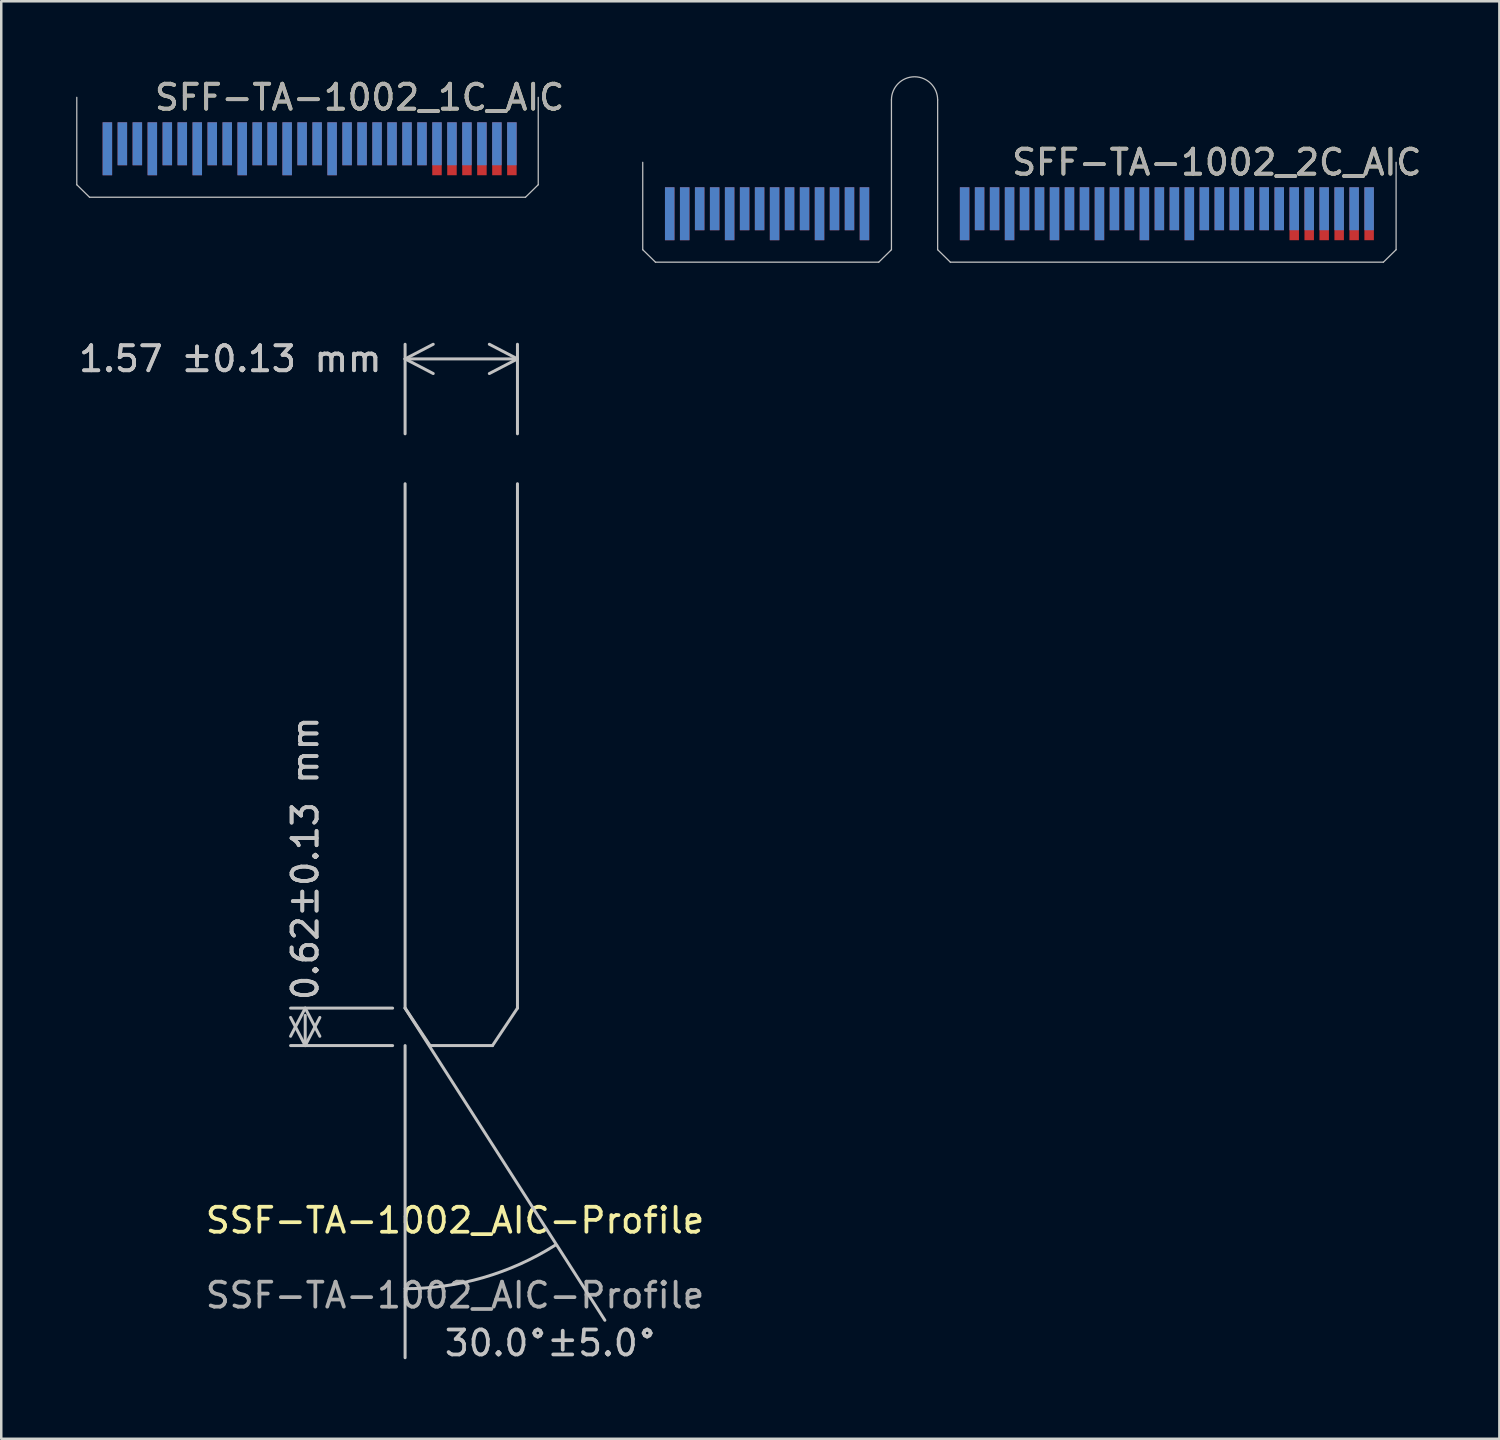
<source format=kicad_pcb>
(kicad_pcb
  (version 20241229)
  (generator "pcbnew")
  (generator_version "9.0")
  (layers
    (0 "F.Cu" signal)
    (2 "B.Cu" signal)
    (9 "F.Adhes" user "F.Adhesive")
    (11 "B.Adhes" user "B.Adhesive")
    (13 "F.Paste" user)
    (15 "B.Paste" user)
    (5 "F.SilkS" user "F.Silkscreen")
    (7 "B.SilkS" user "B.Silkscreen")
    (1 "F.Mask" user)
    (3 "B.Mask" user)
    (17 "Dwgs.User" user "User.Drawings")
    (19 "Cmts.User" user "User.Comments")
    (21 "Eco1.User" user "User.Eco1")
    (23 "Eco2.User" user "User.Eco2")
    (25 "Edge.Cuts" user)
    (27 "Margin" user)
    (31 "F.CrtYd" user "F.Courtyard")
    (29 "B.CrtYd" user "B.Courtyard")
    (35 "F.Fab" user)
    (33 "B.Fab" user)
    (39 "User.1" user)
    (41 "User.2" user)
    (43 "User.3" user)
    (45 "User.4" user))
  (footprint "SSF-TA-1002_AIC-Profile"
    (layer "F.Cu")
    (at 15.173 46.323)
    (property "Reference" "SSF-TA-1002_AIC-Profile" (at 0 -0.5 0) (unlocked yes) (layer "F.SilkS") (effects (font (size 1 1) (thickness 0.15))))
    (attr smd)
    (fp_line (start -2 -30) (end -2 -9) (stroke (width 0.12) (type default)) (layer "Dwgs.User"))
    (fp_line (start -2 -9) (end -1 -7.5) (stroke (width 0.12) (type default)) (layer "Dwgs.User"))
    (fp_line (start -2 -9) (end 6 3.5) (stroke (width 0.12) (type default)) (layer "Dwgs.User"))
    (fp_line (start -2 -7.5) (end -2 5) (stroke (width 0.12) (type default)) (layer "Dwgs.User"))
    (fp_line (start -1 -7.5) (end 1.5 -7.5) (stroke (width 0.12) (type default)) (layer "Dwgs.User"))
    (fp_line (start 1.5 -7.5) (end 2.5 -9) (stroke (width 0.12) (type default)) (layer "Dwgs.User"))
    (fp_line (start 2.5 -9) (end 2.5 -30) (stroke (width 0.12) (type default)) (layer "Dwgs.User"))
    (fp_arc (start 4 0.5) (mid 1.123061 1.793354) (end -2 2.236102) (stroke (width 0.12) (type default)) (layer "Dwgs.User"))
    (fp_text user "30.0°±5.0°" (at -0.5 5 0) (unlocked yes) (layer "Dwgs.User") (effects (font (size 1 1) (thickness 0.15)) (justify left bottom)))
    (fp_text user "${REFERENCE}" (at 0 2.5 0) (unlocked yes) (layer "F.Fab") (effects (font (size 1 1) (thickness 0.15))))
    (dimension (type orthogonal) (layer "Dwgs.User") (pts (xy 13.173 37.323) (xy 13.173 38.823)) (height -4) (orientation 1) (format (prefix "") (suffix "") (units 3) (units_format 1) (precision 4) (override_value "0.62±0.13")) (style (thickness 0.12) (arrow_length 1.27) (text_position_mode 2) (arrow_direction outward) (extension_height 0.586) (extension_offset 0.5) (keep_text_aligned yes)) (gr_text "0.62±0.13 mm" (at 9.173 31.323 90) (layer "Dwgs.User") (effects (font (size 1 1) (thickness 0.15)))))
    (dimension (type orthogonal) (layer "Dwgs.User") (pts (xy 13.173 14.823) (xy 17.673 14.823)) (height -3.5) (orientation 0) (format (prefix "") (suffix "") (units 3) (units_format 1) (precision 4) (override_value "1.57 ±0.13")) (style (thickness 0.12) (arrow_length 1.27) (text_position_mode 2) (arrow_direction outward) (extension_height 0.586) (extension_offset 0.5) (keep_text_aligned yes)) (gr_text "1.57 ±0.13 mm" (at 6.173 11.323 0) (layer "Dwgs.User") (effects (font (size 1 1) (thickness 0.15))))))
  (footprint "SFF-TA-1002_1C_AIC"
    (layer "F.Cu")
    (at 9.35 1.848)
    (property "Reference" "SFF-TA-1002_1C_AIC" (at 2 -1 0) (unlocked yes) (layer "F.SilkS") (effects (font (size 1 1) (thickness 0.15))))
    (attr smd)
    (fp_line (start -9.325 2.5) (end -9.325 -1) (stroke (width 0.05) (type solid)) (layer "Dwgs.User"))
    (fp_line (start -8.815 3) (end -9.325 2.5) (stroke (width 0.05) (type solid)) (layer "Dwgs.User"))
    (fp_line (start -8.815 3) (end 8.645 3) (stroke (width 0.05) (type solid)) (layer "Dwgs.User"))
    (fp_line (start 8.645 3) (end 9.155 2.5) (stroke (width 0.05) (type solid)) (layer "Dwgs.User"))
    (fp_line (start 9.155 2.5) (end 9.155 -1) (stroke (width 0.05) (type solid)) (layer "Dwgs.User"))
    (fp_text user "${REFERENCE}" (at 2 -1 0) (unlocked yes) (layer "F.Fab") (effects (font (size 1 1) (thickness 0.15))))
    (pad "A1" smd rect (at 8.1 1.06) (size 0.38 2.12) (layers "F.Cu" "F.Mask"))
    (pad "A2" smd rect (at 7.5 1.06) (size 0.38 2.12) (layers "F.Cu" "F.Mask"))
    (pad "A3" smd rect (at 6.9 1.06) (size 0.38 2.12) (layers "F.Cu" "F.Mask"))
    (pad "A4" smd rect (at 6.3 1.06) (size 0.38 2.12) (layers "F.Cu" "F.Mask"))
    (pad "A5" smd rect (at 5.7 1.06) (size 0.38 2.12) (layers "F.Cu" "F.Mask"))
    (pad "A6" smd rect (at 5.1 1.06) (size 0.38 2.12) (layers "F.Cu" "F.Mask"))
    (pad "A7" smd rect (at 4.5 1.06) (size 0.38 1.72) (drill (offset 0 -0.2)) (layers "F.Cu" "F.Mask"))
    (pad "A8" smd rect (at 3.9 1.06) (size 0.38 1.72) (drill (offset 0 -0.2)) (layers "F.Cu" "F.Mask"))
    (pad "A9" smd rect (at 3.3 1.06) (size 0.38 1.72) (drill (offset 0 -0.2)) (layers "F.Cu" "F.Mask"))
    (pad "A10" smd rect (at 2.7 1.06) (size 0.38 1.72) (drill (offset 0 -0.2)) (layers "F.Cu" "F.Mask"))
    (pad "A11" smd rect (at 2.1 1.06) (size 0.38 1.72) (drill (offset 0 -0.2)) (layers "F.Cu" "F.Mask"))
    (pad "A12" smd rect (at 1.5 1.06) (size 0.38 1.72) (drill (offset 0 -0.2)) (layers "F.Cu" "F.Mask"))
    (pad "A13" smd rect (at 0.9 1.06) (size 0.38 2.12) (layers "F.Cu" "F.Mask"))
    (pad "A14" smd rect (at 0.3 1.06) (size 0.38 1.72) (drill (offset 0 -0.2)) (layers "F.Cu" "F.Mask"))
    (pad "A15" smd rect (at -0.3 1.06) (size 0.38 1.72) (drill (offset 0 -0.2)) (layers "F.Cu" "F.Mask"))
    (pad "A16" smd rect (at -0.9 1.06) (size 0.38 2.12) (layers "F.Cu" "F.Mask"))
    (pad "A17" smd rect (at -1.5 1.06) (size 0.38 1.72) (drill (offset 0 -0.2)) (layers "F.Cu" "F.Mask"))
    (pad "A18" smd rect (at -2.1 1.06) (size 0.38 1.72) (drill (offset 0 -0.2)) (layers "F.Cu" "F.Mask"))
    (pad "A19" smd rect (at -2.7 1.06) (size 0.38 2.12) (layers "F.Cu" "F.Mask"))
    (pad "A20" smd rect (at -3.3 1.06) (size 0.38 1.72) (drill (offset 0 -0.2)) (layers "F.Cu" "F.Mask"))
    (pad "A21" smd rect (at -3.9 1.06) (size 0.38 1.72) (drill (offset 0 -0.2)) (layers "F.Cu" "F.Mask"))
    (pad "A22" smd rect (at -4.5 1.06) (size 0.38 2.12) (layers "F.Cu" "F.Mask"))
    (pad "A23" smd rect (at -5.1 1.06) (size 0.38 1.72) (drill (offset 0 -0.2)) (layers "F.Cu" "F.Mask"))
    (pad "A24" smd rect (at -5.7 1.06) (size 0.38 1.72) (drill (offset 0 -0.2)) (layers "F.Cu" "F.Mask"))
    (pad "A25" smd rect (at -6.3 1.06) (size 0.38 2.12) (layers "F.Cu" "F.Mask"))
    (pad "A26" smd rect (at -6.9 1.06) (size 0.38 1.72) (drill (offset 0 -0.2)) (layers "F.Cu" "F.Mask"))
    (pad "A27" smd rect (at -7.5 1.06) (size 0.38 1.72) (drill (offset 0 -0.2)) (layers "F.Cu" "F.Mask"))
    (pad "A28" smd rect (at -8.1 1.06) (size 0.38 2.12) (layers "F.Cu" "F.Mask"))
    (pad "B1" smd rect (at 8.1 1.06) (size 0.38 1.72) (drill (offset 0 -0.2)) (layers "B.Cu" "B.Mask"))
    (pad "B2" smd rect (at 7.5 1.06) (size 0.38 1.72) (drill (offset 0 -0.2)) (layers "B.Cu" "B.Mask"))
    (pad "B3" smd rect (at 6.9 1.06) (size 0.38 1.72) (drill (offset 0 -0.2)) (layers "B.Cu" "B.Mask"))
    (pad "B4" smd rect (at 6.3 1.06) (size 0.38 1.72) (drill (offset 0 -0.2)) (layers "B.Cu" "B.Mask"))
    (pad "B5" smd rect (at 5.7 1.06) (size 0.38 1.72) (drill (offset 0 -0.2)) (layers "B.Cu" "B.Mask"))
    (pad "B6" smd rect (at 5.1 1.06) (size 0.38 1.72) (drill (offset 0 -0.2)) (layers "B.Cu" "B.Mask"))
    (pad "B7" smd rect (at 4.5 1.06) (size 0.38 1.72) (drill (offset 0 -0.2)) (layers "B.Cu" "B.Mask"))
    (pad "B8" smd rect (at 3.9 1.06) (size 0.38 1.72) (drill (offset 0 -0.2)) (layers "B.Cu" "B.Mask"))
    (pad "B9" smd rect (at 3.3 1.06) (size 0.38 1.72) (drill (offset 0 -0.2)) (layers "B.Cu" "B.Mask"))
    (pad "B10" smd rect (at 2.7 1.06) (size 0.38 1.72) (drill (offset 0 -0.2)) (layers "B.Cu" "B.Mask"))
    (pad "B11" smd rect (at 2.1 1.06) (size 0.38 1.72) (drill (offset 0 -0.2)) (layers "B.Cu" "B.Mask"))
    (pad "B12" smd rect (at 1.5 1.06) (size 0.38 1.72) (drill (offset 0 -0.2)) (layers "B.Cu" "B.Mask"))
    (pad "B13" smd rect (at 0.9 1.06) (size 0.38 2.12) (layers "B.Cu" "B.Mask"))
    (pad "B14" smd rect (at 0.3 1.06) (size 0.38 1.72) (drill (offset 0 -0.2)) (layers "B.Cu" "B.Mask"))
    (pad "B15" smd rect (at -0.3 1.06) (size 0.38 1.72) (drill (offset 0 -0.2)) (layers "B.Cu" "B.Mask"))
    (pad "B16" smd rect (at -0.9 1.06) (size 0.38 2.12) (layers "B.Cu" "B.Mask"))
    (pad "B17" smd rect (at -1.5 1.06) (size 0.38 1.72) (drill (offset 0 -0.2)) (layers "B.Cu" "B.Mask"))
    (pad "B18" smd rect (at -2.1 1.06) (size 0.38 1.72) (drill (offset 0 -0.2)) (layers "B.Cu" "B.Mask"))
    (pad "B19" smd rect (at -2.7 1.06) (size 0.38 2.12) (layers "B.Cu" "B.Mask"))
    (pad "B20" smd rect (at -3.3 1.06) (size 0.38 1.72) (drill (offset 0 -0.2)) (layers "B.Cu" "B.Mask"))
    (pad "B21" smd rect (at -3.9 1.06) (size 0.38 1.72) (drill (offset 0 -0.2)) (layers "B.Cu" "B.Mask"))
    (pad "B22" smd rect (at -4.5 1.06) (size 0.38 2.12) (layers "B.Cu" "B.Mask"))
    (pad "B23" smd rect (at -5.1 1.06) (size 0.38 1.72) (drill (offset 0 -0.2)) (layers "B.Cu" "B.Mask"))
    (pad "B24" smd rect (at -5.7 1.06) (size 0.38 1.72) (drill (offset 0 -0.2)) (layers "B.Cu" "B.Mask"))
    (pad "B25" smd rect (at -6.3 1.06) (size 0.38 2.12) (layers "B.Cu" "B.Mask"))
    (pad "B26" smd rect (at -6.9 1.06) (size 0.38 1.72) (drill (offset 0 -0.2)) (layers "B.Cu" "B.Mask"))
    (pad "B27" smd rect (at -7.5 1.06) (size 0.38 1.72) (drill (offset 0 -0.2)) (layers "B.Cu" "B.Mask"))
    (pad "B28" smd rect (at -8.1 1.06) (size 0.38 2.12) (layers "B.Cu" "B.Mask")))
  (footprint "SFF-TA-1002_2C_AIC"
    (layer "F.Cu")
    (at 33.575 4.45)
    (property "Reference" "SFF-TA-1002_2C_AIC" (at 12.105 -1 0) (unlocked yes) (layer "F.SilkS") (effects (font (size 1 1) (thickness 0.15))))
    (attr smd)
    (fp_line (start -10.885 2.5) (end -10.885 -1) (stroke (width 0.05) (type solid)) (layer "Dwgs.User"))
    (fp_line (start -10.375 3) (end -10.885 2.5) (stroke (width 0.05) (type solid)) (layer "Dwgs.User"))
    (fp_line (start -10.375 3) (end -1.435 3) (stroke (width 0.05) (type solid)) (layer "Dwgs.User"))
    (fp_line (start -1.435 3) (end -0.925 2.5) (stroke (width 0.05) (type solid)) (layer "Dwgs.User"))
    (fp_line (start -0.925 2.5) (end -0.925 -3.5) (stroke (width 0.05) (type solid)) (layer "Dwgs.User"))
    (fp_line (start 0.925 2.5) (end 0.925 -3.5) (stroke (width 0.05) (type solid)) (layer "Dwgs.User"))
    (fp_line (start 1.435 3) (end 0.925 2.5) (stroke (width 0.05) (type solid)) (layer "Dwgs.User"))
    (fp_line (start 1.435 3) (end 18.775 3) (stroke (width 0.05) (type solid)) (layer "Dwgs.User"))
    (fp_line (start 18.775 3) (end 19.285 2.5) (stroke (width 0.05) (type solid)) (layer "Dwgs.User"))
    (fp_line (start 19.285 2.5) (end 19.285 -1) (stroke (width 0.05) (type solid)) (layer "Dwgs.User"))
    (fp_arc (start -0.925 -3.5) (mid 0 -4.425) (end 0.925 -3.5) (stroke (width 0.05) (type default)) (layer "Dwgs.User"))
    (fp_text user "${REFERENCE}" (at 12.105 -1 0) (unlocked yes) (layer "F.Fab") (effects (font (size 1 1) (thickness 0.15))))
    (pad "A1" smd rect (at 18.205 1.06) (size 0.38 2.12) (layers "F.Cu" "F.Mask"))
    (pad "A2" smd rect (at 17.605 1.06) (size 0.38 2.12) (layers "F.Cu" "F.Mask"))
    (pad "A3" smd rect (at 17.005 1.06) (size 0.38 2.12) (layers "F.Cu" "F.Mask"))
    (pad "A4" smd rect (at 16.405 1.06) (size 0.38 2.12) (layers "F.Cu" "F.Mask"))
    (pad "A5" smd rect (at 15.805 1.06) (size 0.38 2.12) (layers "F.Cu" "F.Mask"))
    (pad "A6" smd rect (at 15.205 1.06) (size 0.38 2.12) (layers "F.Cu" "F.Mask"))
    (pad "A7" smd rect (at 14.605 1.06) (size 0.38 1.72) (drill (offset 0 -0.2)) (layers "F.Cu" "F.Mask"))
    (pad "A8" smd rect (at 14.005 1.06) (size 0.38 1.72) (drill (offset 0 -0.2)) (layers "F.Cu" "F.Mask"))
    (pad "A9" smd rect (at 13.405 1.06) (size 0.38 1.72) (drill (offset 0 -0.2)) (layers "F.Cu" "F.Mask"))
    (pad "A10" smd rect (at 12.805 1.06) (size 0.38 1.72) (drill (offset 0 -0.2)) (layers "F.Cu" "F.Mask"))
    (pad "A11" smd rect (at 12.205 1.06) (size 0.38 1.72) (drill (offset 0 -0.2)) (layers "F.Cu" "F.Mask"))
    (pad "A12" smd rect (at 11.605 1.06) (size 0.38 1.72) (drill (offset 0 -0.2)) (layers "F.Cu" "F.Mask"))
    (pad "A13" smd rect (at 11.005 1.06) (size 0.38 2.12) (layers "F.Cu" "F.Mask"))
    (pad "A14" smd rect (at 10.405 1.06) (size 0.38 1.72) (drill (offset 0 -0.2)) (layers "F.Cu" "F.Mask"))
    (pad "A15" smd rect (at 9.805 1.06) (size 0.38 1.72) (drill (offset 0 -0.2)) (layers "F.Cu" "F.Mask"))
    (pad "A16" smd rect (at 9.205 1.06) (size 0.38 2.12) (layers "F.Cu" "F.Mask"))
    (pad "A17" smd rect (at 8.605 1.06) (size 0.38 1.72) (drill (offset 0 -0.2)) (layers "F.Cu" "F.Mask"))
    (pad "A18" smd rect (at 8.005 1.06) (size 0.38 1.72) (drill (offset 0 -0.2)) (layers "F.Cu" "F.Mask"))
    (pad "A19" smd rect (at 7.405 1.06) (size 0.38 2.12) (layers "F.Cu" "F.Mask"))
    (pad "A20" smd rect (at 6.805 1.06) (size 0.38 1.72) (drill (offset 0 -0.2)) (layers "F.Cu" "F.Mask"))
    (pad "A21" smd rect (at 6.205 1.06) (size 0.38 1.72) (drill (offset 0 -0.2)) (layers "F.Cu" "F.Mask"))
    (pad "A22" smd rect (at 5.605 1.06) (size 0.38 2.12) (layers "F.Cu" "F.Mask"))
    (pad "A23" smd rect (at 5.005 1.06) (size 0.38 1.72) (drill (offset 0 -0.2)) (layers "F.Cu" "F.Mask"))
    (pad "A24" smd rect (at 4.405 1.06) (size 0.38 1.72) (drill (offset 0 -0.2)) (layers "F.Cu" "F.Mask"))
    (pad "A25" smd rect (at 3.805 1.06) (size 0.38 2.12) (layers "F.Cu" "F.Mask"))
    (pad "A26" smd rect (at 3.205 1.06) (size 0.38 1.72) (drill (offset 0 -0.2)) (layers "F.Cu" "F.Mask"))
    (pad "A27" smd rect (at 2.605 1.06) (size 0.38 1.72) (drill (offset 0 -0.2)) (layers "F.Cu" "F.Mask"))
    (pad "A28" smd rect (at 2.005 1.06) (size 0.38 2.12) (layers "F.Cu" "F.Mask"))
    (pad "A29" smd rect (at -2.005 1.06) (size 0.38 2.12) (layers "F.Cu" "F.Mask"))
    (pad "A30" smd rect (at -2.605 1.06) (size 0.38 1.72) (drill (offset 0 -0.2)) (layers "F.Cu" "F.Mask"))
    (pad "A31" smd rect (at -3.205 1.06) (size 0.38 1.72) (drill (offset 0 -0.2)) (layers "F.Cu" "F.Mask"))
    (pad "A32" smd rect (at -3.805 1.06) (size 0.38 2.12) (layers "F.Cu" "F.Mask"))
    (pad "A33" smd rect (at -4.405 1.06) (size 0.38 1.72) (drill (offset 0 -0.2)) (layers "F.Cu" "F.Mask"))
    (pad "A34" smd rect (at -5.005 1.06) (size 0.38 1.72) (drill (offset 0 -0.2)) (layers "F.Cu" "F.Mask"))
    (pad "A35" smd rect (at -5.605 1.06) (size 0.38 2.12) (layers "F.Cu" "F.Mask"))
    (pad "A36" smd rect (at -6.205 1.06) (size 0.38 1.72) (drill (offset 0 -0.2)) (layers "F.Cu" "F.Mask"))
    (pad "A37" smd rect (at -6.805 1.06) (size 0.38 1.72) (drill (offset 0 -0.2)) (layers "F.Cu" "F.Mask"))
    (pad "A38" smd rect (at -7.405 1.06) (size 0.38 2.12) (layers "F.Cu" "F.Mask"))
    (pad "A39" smd rect (at -8.005 1.06) (size 0.38 1.72) (drill (offset 0 -0.2)) (layers "F.Cu" "F.Mask"))
    (pad "A40" smd rect (at -8.605 1.06) (size 0.38 1.72) (drill (offset 0 -0.2)) (layers "F.Cu" "F.Mask"))
    (pad "A41" smd rect (at -9.205 1.06) (size 0.38 2.12) (layers "F.Cu" "F.Mask"))
    (pad "A42" smd rect (at -9.805 1.06) (size 0.38 2.12) (layers "F.Cu" "F.Mask"))
    (pad "B1" smd rect (at 18.205 1.06) (size 0.38 1.72) (drill (offset 0 -0.2)) (layers "B.Cu" "B.Mask"))
    (pad "B2" smd rect (at 17.605 1.06) (size 0.38 1.72) (drill (offset 0 -0.2)) (layers "B.Cu" "B.Mask"))
    (pad "B3" smd rect (at 17.005 1.06) (size 0.38 1.72) (drill (offset 0 -0.2)) (layers "B.Cu" "B.Mask"))
    (pad "B4" smd rect (at 16.405 1.06) (size 0.38 1.72) (drill (offset 0 -0.2)) (layers "B.Cu" "B.Mask"))
    (pad "B5" smd rect (at 15.805 1.06) (size 0.38 1.72) (drill (offset 0 -0.2)) (layers "B.Cu" "B.Mask"))
    (pad "B6" smd rect (at 15.205 1.06) (size 0.38 1.72) (drill (offset 0 -0.2)) (layers "B.Cu" "B.Mask"))
    (pad "B7" smd rect (at 14.605 1.06) (size 0.38 1.72) (drill (offset 0 -0.2)) (layers "B.Cu" "B.Mask"))
    (pad "B8" smd rect (at 14.005 1.06) (size 0.38 1.72) (drill (offset 0 -0.2)) (layers "B.Cu" "B.Mask"))
    (pad "B9" smd rect (at 13.405 1.06) (size 0.38 1.72) (drill (offset 0 -0.2)) (layers "B.Cu" "B.Mask"))
    (pad "B10" smd rect (at 12.805 1.06) (size 0.38 1.72) (drill (offset 0 -0.2)) (layers "B.Cu" "B.Mask"))
    (pad "B11" smd rect (at 12.205 1.06) (size 0.38 1.72) (drill (offset 0 -0.2)) (layers "B.Cu" "B.Mask"))
    (pad "B12" smd rect (at 11.605 1.06) (size 0.38 1.72) (drill (offset 0 -0.2)) (layers "B.Cu" "B.Mask"))
    (pad "B13" smd rect (at 11.005 1.06) (size 0.38 2.12) (layers "B.Cu" "B.Mask"))
    (pad "B14" smd rect (at 10.405 1.06) (size 0.38 1.72) (drill (offset 0 -0.2)) (layers "B.Cu" "B.Mask"))
    (pad "B15" smd rect (at 9.805 1.06) (size 0.38 1.72) (drill (offset 0 -0.2)) (layers "B.Cu" "B.Mask"))
    (pad "B16" smd rect (at 9.205 1.06) (size 0.38 2.12) (layers "B.Cu" "B.Mask"))
    (pad "B17" smd rect (at 8.605 1.06) (size 0.38 1.72) (drill (offset 0 -0.2)) (layers "B.Cu" "B.Mask"))
    (pad "B18" smd rect (at 8.005 1.06) (size 0.38 1.72) (drill (offset 0 -0.2)) (layers "B.Cu" "B.Mask"))
    (pad "B19" smd rect (at 7.405 1.06) (size 0.38 2.12) (layers "B.Cu" "B.Mask"))
    (pad "B20" smd rect (at 6.805 1.06) (size 0.38 1.72) (drill (offset 0 -0.2)) (layers "B.Cu" "B.Mask"))
    (pad "B21" smd rect (at 6.205 1.06) (size 0.38 1.72) (drill (offset 0 -0.2)) (layers "B.Cu" "B.Mask"))
    (pad "B22" smd rect (at 5.605 1.06) (size 0.38 2.12) (layers "B.Cu" "B.Mask"))
    (pad "B23" smd rect (at 5.005 1.06) (size 0.38 1.72) (drill (offset 0 -0.2)) (layers "B.Cu" "B.Mask"))
    (pad "B24" smd rect (at 4.405 1.06) (size 0.38 1.72) (drill (offset 0 -0.2)) (layers "B.Cu" "B.Mask"))
    (pad "B25" smd rect (at 3.805 1.06) (size 0.38 2.12) (layers "B.Cu" "B.Mask"))
    (pad "B26" smd rect (at 3.205 1.06) (size 0.38 1.72) (drill (offset 0 -0.2)) (layers "B.Cu" "B.Mask"))
    (pad "B27" smd rect (at 2.605 1.06) (size 0.38 1.72) (drill (offset 0 -0.2)) (layers "B.Cu" "B.Mask"))
    (pad "B28" smd rect (at 2.005 1.06) (size 0.38 2.12) (layers "B.Cu" "B.Mask"))
    (pad "B29" smd rect (at -2.005 1.06) (size 0.38 2.12) (layers "B.Cu" "B.Mask"))
    (pad "B30" smd rect (at -2.605 1.06) (size 0.38 1.72) (drill (offset 0 -0.2)) (layers "B.Cu" "B.Mask"))
    (pad "B31" smd rect (at -3.205 1.06) (size 0.38 1.72) (drill (offset 0 -0.2)) (layers "B.Cu" "B.Mask"))
    (pad "B32" smd rect (at -3.805 1.06) (size 0.38 2.12) (layers "B.Cu" "B.Mask"))
    (pad "B33" smd rect (at -4.405 1.06) (size 0.38 1.72) (drill (offset 0 -0.2)) (layers "B.Cu" "B.Mask"))
    (pad "B34" smd rect (at -5.005 1.06) (size 0.38 1.72) (drill (offset 0 -0.2)) (layers "B.Cu" "B.Mask"))
    (pad "B35" smd rect (at -5.605 1.06) (size 0.38 2.12) (layers "B.Cu" "B.Mask"))
    (pad "B36" smd rect (at -6.205 1.06) (size 0.38 1.72) (drill (offset 0 -0.2)) (layers "B.Cu" "B.Mask"))
    (pad "B37" smd rect (at -6.805 1.06) (size 0.38 1.72) (drill (offset 0 -0.2)) (layers "B.Cu" "B.Mask"))
    (pad "B38" smd rect (at -7.405 1.06) (size 0.38 2.12) (layers "B.Cu" "B.Mask"))
    (pad "B39" smd rect (at -8.005 1.06) (size 0.38 1.72) (drill (offset 0 -0.2)) (layers "B.Cu" "B.Mask"))
    (pad "B40" smd rect (at -8.605 1.06) (size 0.38 1.72) (drill (offset 0 -0.2)) (layers "B.Cu" "B.Mask"))
    (pad "B41" smd rect (at -9.205 1.06) (size 0.38 2.12) (layers "B.Cu" "B.Mask"))
    (pad "B42" smd rect (at -9.805 1.06) (size 0.38 2.12) (layers "B.Cu" "B.Mask")))
  (gr_rect
    (start -3 -3)
    (end 56.996 54.57)
    (stroke (width 0.1) (type default))
    (fill no)
    (layer "Edge.Cuts")))
</source>
